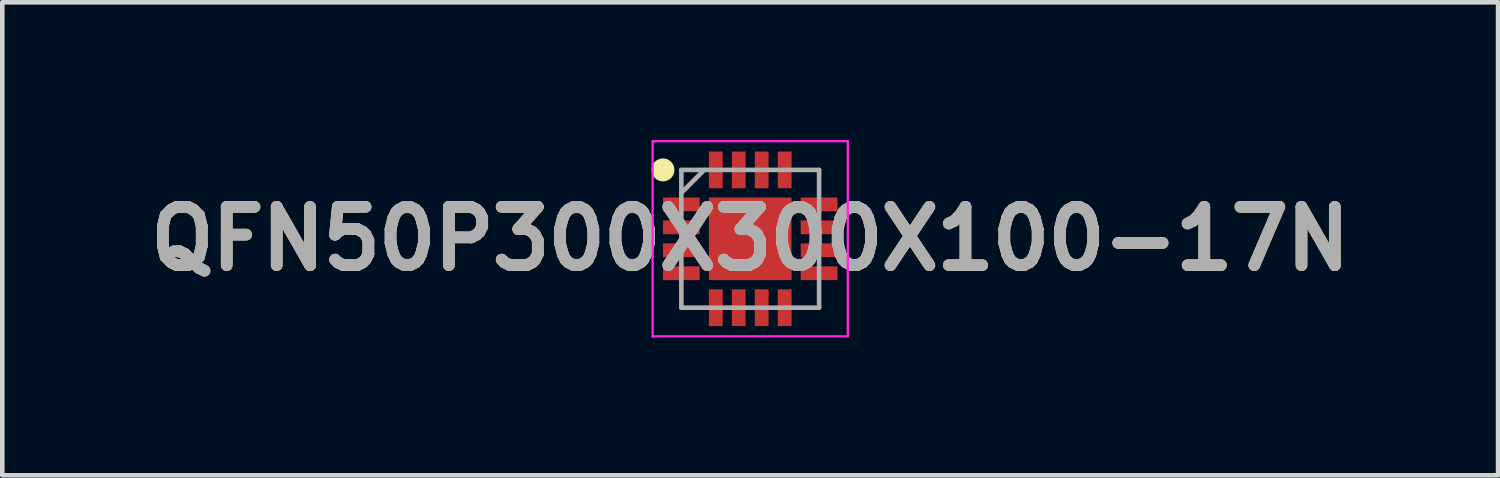
<source format=kicad_pcb>
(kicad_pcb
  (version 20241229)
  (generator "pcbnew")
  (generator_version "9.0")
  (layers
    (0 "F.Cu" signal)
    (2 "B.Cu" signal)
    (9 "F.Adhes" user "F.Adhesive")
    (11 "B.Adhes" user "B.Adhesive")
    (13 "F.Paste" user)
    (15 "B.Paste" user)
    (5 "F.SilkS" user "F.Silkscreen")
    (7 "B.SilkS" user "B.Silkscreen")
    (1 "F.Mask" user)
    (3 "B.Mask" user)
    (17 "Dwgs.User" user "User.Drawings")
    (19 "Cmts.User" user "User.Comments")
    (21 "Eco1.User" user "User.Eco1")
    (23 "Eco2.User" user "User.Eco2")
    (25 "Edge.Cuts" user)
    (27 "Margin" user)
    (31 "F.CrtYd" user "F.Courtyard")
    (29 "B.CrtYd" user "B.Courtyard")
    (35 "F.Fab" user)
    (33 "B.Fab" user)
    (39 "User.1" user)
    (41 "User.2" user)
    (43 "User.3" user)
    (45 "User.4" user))
  (footprint "QFN50P300X300X100-17N"
    (layer "F.Cu")
    (at 13.287 2.15)
    (property "Reference" "QFN50P300X300X100-17N" (at 0 0 0) (layer "F.SilkS") (effects (font (size 1.27 1.27) (thickness 0.254))))
    (attr smd)
    (fp_circle (center -1.9 -1.5) (end -1.9 -1.375) (stroke (width 0.25) (type solid)) (fill no) (layer "F.SilkS"))
    (fp_line (start -2.125 -2.125) (end 2.125 -2.125) (stroke (width 0.05) (type solid)) (layer "F.CrtYd"))
    (fp_line (start -2.125 2.125) (end -2.125 -2.125) (stroke (width 0.05) (type solid)) (layer "F.CrtYd"))
    (fp_line (start 2.125 -2.125) (end 2.125 2.125) (stroke (width 0.05) (type solid)) (layer "F.CrtYd"))
    (fp_line (start 2.125 2.125) (end -2.125 2.125) (stroke (width 0.05) (type solid)) (layer "F.CrtYd"))
    (fp_line (start -1.5 -1.5) (end 1.5 -1.5) (stroke (width 0.1) (type solid)) (layer "F.Fab"))
    (fp_line (start -1.5 -1) (end -1 -1.5) (stroke (width 0.1) (type solid)) (layer "F.Fab"))
    (fp_line (start -1.5 1.5) (end -1.5 -1.5) (stroke (width 0.1) (type solid)) (layer "F.Fab"))
    (fp_line (start 1.5 -1.5) (end 1.5 1.5) (stroke (width 0.1) (type solid)) (layer "F.Fab"))
    (fp_line (start 1.5 1.5) (end -1.5 1.5) (stroke (width 0.1) (type solid)) (layer "F.Fab"))
    (fp_text user "${REFERENCE}" (at 0 0 0) (layer "F.Fab") (effects (font (size 1.27 1.27) (thickness 0.254))))
    (pad "1" smd rect (at -1.5 -0.75 90) (size 0.3 0.8) (layers "F.Cu" "F.Mask" "F.Paste"))
    (pad "2" smd rect (at -1.5 -0.25 90) (size 0.3 0.8) (layers "F.Cu" "F.Mask" "F.Paste"))
    (pad "3" smd rect (at -1.5 0.25 90) (size 0.3 0.8) (layers "F.Cu" "F.Mask" "F.Paste"))
    (pad "4" smd rect (at -1.5 0.75 90) (size 0.3 0.8) (layers "F.Cu" "F.Mask" "F.Paste"))
    (pad "5" smd rect (at -0.75 1.5) (size 0.3 0.8) (layers "F.Cu" "F.Mask" "F.Paste"))
    (pad "6" smd rect (at -0.25 1.5) (size 0.3 0.8) (layers "F.Cu" "F.Mask" "F.Paste"))
    (pad "7" smd rect (at 0.25 1.5) (size 0.3 0.8) (layers "F.Cu" "F.Mask" "F.Paste"))
    (pad "8" smd rect (at 0.75 1.5) (size 0.3 0.8) (layers "F.Cu" "F.Mask" "F.Paste"))
    (pad "9" smd rect (at 1.5 0.75 90) (size 0.3 0.8) (layers "F.Cu" "F.Mask" "F.Paste"))
    (pad "10" smd rect (at 1.5 0.25 90) (size 0.3 0.8) (layers "F.Cu" "F.Mask" "F.Paste"))
    (pad "11" smd rect (at 1.5 -0.25 90) (size 0.3 0.8) (layers "F.Cu" "F.Mask" "F.Paste"))
    (pad "12" smd rect (at 1.5 -0.75 90) (size 0.3 0.8) (layers "F.Cu" "F.Mask" "F.Paste"))
    (pad "13" smd rect (at 0.75 -1.5) (size 0.3 0.8) (layers "F.Cu" "F.Mask" "F.Paste"))
    (pad "14" smd rect (at 0.25 -1.5) (size 0.3 0.8) (layers "F.Cu" "F.Mask" "F.Paste"))
    (pad "15" smd rect (at -0.25 -1.5) (size 0.3 0.8) (layers "F.Cu" "F.Mask" "F.Paste"))
    (pad "16" smd rect (at -0.75 -1.5) (size 0.3 0.8) (layers "F.Cu" "F.Mask" "F.Paste"))
    (pad "17" smd rect (at 0 0) (size 1.8 1.8) (layers "F.Cu" "F.Mask" "F.Paste")))
  (gr_rect
    (start -3 -3)
    (end 29.573 7.3)
    (stroke (width 0.1) (type default))
    (fill no)
    (layer "Edge.Cuts")))
</source>
